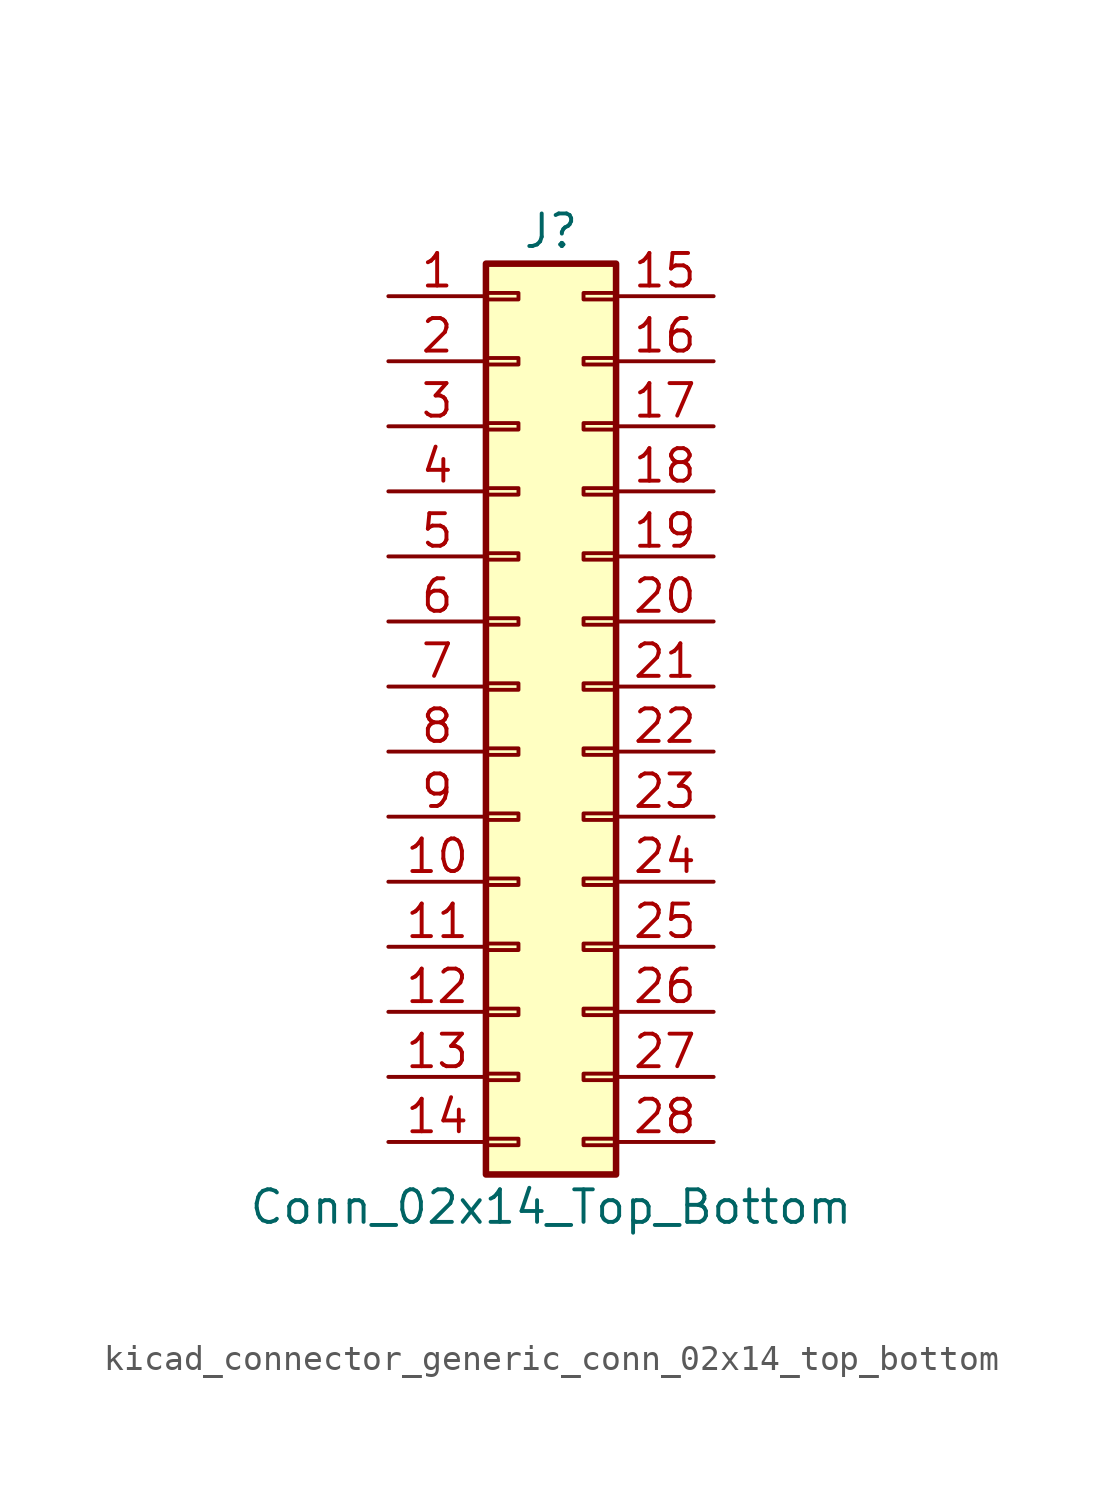
<source format=kicad_sym>
(kicad_symbol_lib
  (version 20220914)
  (generator kicad_symbol_editor)
  (symbol "kicad_connector_generic_conn_02x14_top_bottom"
    (pin_names
      (offset 1.016) hide)
    (property "Reference" "J"
      (at 1.27 17.78 0)
      (effects (font (size 1.27 1.27))))
    (property "Value" "Conn_02x14_Top_Bottom"
      (at 1.27 -20.32 0)
      (effects (font (size 1.27 1.27))))
    (symbol "kicad_connector_generic_conn_02x14_top_bottom_1_1"
      (rectangle (start -1.27 -17.653) (end 0 -17.907) (stroke (width 0.152) (type default)) (fill (type none)))
      (rectangle (start -1.27 -15.113) (end 0 -15.367) (stroke (width 0.152) (type default)) (fill (type none)))
      (rectangle (start -1.27 -12.573) (end 0 -12.827) (stroke (width 0.152) (type default)) (fill (type none)))
      (rectangle (start -1.27 -10.033) (end 0 -10.287) (stroke (width 0.152) (type default)) (fill (type none)))
      (rectangle (start -1.27 -7.493) (end 0 -7.747) (stroke (width 0.152) (type default)) (fill (type none)))
      (rectangle (start -1.27 -4.953) (end 0 -5.207) (stroke (width 0.152) (type default)) (fill (type none)))
      (rectangle (start -1.27 -2.413) (end 0 -2.667) (stroke (width 0.152) (type default)) (fill (type none)))
      (rectangle (start -1.27 0.127) (end 0 -0.127) (stroke (width 0.152) (type default)) (fill (type none)))
      (rectangle (start -1.27 2.667) (end 0 2.413) (stroke (width 0.152) (type default)) (fill (type none)))
      (rectangle (start -1.27 5.207) (end 0 4.953) (stroke (width 0.152) (type default)) (fill (type none)))
      (rectangle (start -1.27 7.747) (end 0 7.493) (stroke (width 0.152) (type default)) (fill (type none)))
      (rectangle (start -1.27 10.287) (end 0 10.033) (stroke (width 0.152) (type default)) (fill (type none)))
      (rectangle (start -1.27 12.827) (end 0 12.573) (stroke (width 0.152) (type default)) (fill (type none)))
      (rectangle (start -1.27 15.367) (end 0 15.113) (stroke (width 0.152) (type default)) (fill (type none)))
      (rectangle (start -1.27 16.51) (end 3.81 -19.05) (stroke (width 0.254) (type default)) (fill (type background)))
      (rectangle (start 3.81 -17.653) (end 2.54 -17.907) (stroke (width 0.152) (type default)) (fill (type none)))
      (rectangle (start 3.81 -15.113) (end 2.54 -15.367) (stroke (width 0.152) (type default)) (fill (type none)))
      (rectangle (start 3.81 -12.573) (end 2.54 -12.827) (stroke (width 0.152) (type default)) (fill (type none)))
      (rectangle (start 3.81 -10.033) (end 2.54 -10.287) (stroke (width 0.152) (type default)) (fill (type none)))
      (rectangle (start 3.81 -7.493) (end 2.54 -7.747) (stroke (width 0.152) (type default)) (fill (type none)))
      (rectangle (start 3.81 -4.953) (end 2.54 -5.207) (stroke (width 0.152) (type default)) (fill (type none)))
      (rectangle (start 3.81 -2.413) (end 2.54 -2.667) (stroke (width 0.152) (type default)) (fill (type none)))
      (rectangle (start 3.81 0.127) (end 2.54 -0.127) (stroke (width 0.152) (type default)) (fill (type none)))
      (rectangle (start 3.81 2.667) (end 2.54 2.413) (stroke (width 0.152) (type default)) (fill (type none)))
      (rectangle (start 3.81 5.207) (end 2.54 4.953) (stroke (width 0.152) (type default)) (fill (type none)))
      (rectangle (start 3.81 7.747) (end 2.54 7.493) (stroke (width 0.152) (type default)) (fill (type none)))
      (rectangle (start 3.81 10.287) (end 2.54 10.033) (stroke (width 0.152) (type default)) (fill (type none)))
      (rectangle (start 3.81 12.827) (end 2.54 12.573) (stroke (width 0.152) (type default)) (fill (type none)))
      (rectangle (start 3.81 15.367) (end 2.54 15.113) (stroke (width 0.152) (type default)) (fill (type none)))
      (pin passive line (at -5.08 15.24 0) (length 3.81) (name "Pin_1" (effects (font (size 1.27 1.27)))) (number "1" (effects (font (size 1.27 1.27)))))
      (pin passive line (at -5.08 -7.62 0) (length 3.81) (name "Pin_10" (effects (font (size 1.27 1.27)))) (number "10" (effects (font (size 1.27 1.27)))))
      (pin passive line (at -5.08 -10.16 0) (length 3.81) (name "Pin_11" (effects (font (size 1.27 1.27)))) (number "11" (effects (font (size 1.27 1.27)))))
      (pin passive line (at -5.08 -12.7 0) (length 3.81) (name "Pin_12" (effects (font (size 1.27 1.27)))) (number "12" (effects (font (size 1.27 1.27)))))
      (pin passive line (at -5.08 -15.24 0) (length 3.81) (name "Pin_13" (effects (font (size 1.27 1.27)))) (number "13" (effects (font (size 1.27 1.27)))))
      (pin passive line (at -5.08 -17.78 0) (length 3.81) (name "Pin_14" (effects (font (size 1.27 1.27)))) (number "14" (effects (font (size 1.27 1.27)))))
      (pin passive line (at 7.62 15.24 180) (length 3.81) (name "Pin_15" (effects (font (size 1.27 1.27)))) (number "15" (effects (font (size 1.27 1.27)))))
      (pin passive line (at 7.62 12.7 180) (length 3.81) (name "Pin_16" (effects (font (size 1.27 1.27)))) (number "16" (effects (font (size 1.27 1.27)))))
      (pin passive line (at 7.62 10.16 180) (length 3.81) (name "Pin_17" (effects (font (size 1.27 1.27)))) (number "17" (effects (font (size 1.27 1.27)))))
      (pin passive line (at 7.62 7.62 180) (length 3.81) (name "Pin_18" (effects (font (size 1.27 1.27)))) (number "18" (effects (font (size 1.27 1.27)))))
      (pin passive line (at 7.62 5.08 180) (length 3.81) (name "Pin_19" (effects (font (size 1.27 1.27)))) (number "19" (effects (font (size 1.27 1.27)))))
      (pin passive line (at -5.08 12.7 0) (length 3.81) (name "Pin_2" (effects (font (size 1.27 1.27)))) (number "2" (effects (font (size 1.27 1.27)))))
      (pin passive line (at 7.62 2.54 180) (length 3.81) (name "Pin_20" (effects (font (size 1.27 1.27)))) (number "20" (effects (font (size 1.27 1.27)))))
      (pin passive line (at 7.62 0 180) (length 3.81) (name "Pin_21" (effects (font (size 1.27 1.27)))) (number "21" (effects (font (size 1.27 1.27)))))
      (pin passive line (at 7.62 -2.54 180) (length 3.81) (name "Pin_22" (effects (font (size 1.27 1.27)))) (number "22" (effects (font (size 1.27 1.27)))))
      (pin passive line (at 7.62 -5.08 180) (length 3.81) (name "Pin_23" (effects (font (size 1.27 1.27)))) (number "23" (effects (font (size 1.27 1.27)))))
      (pin passive line (at 7.62 -7.62 180) (length 3.81) (name "Pin_24" (effects (font (size 1.27 1.27)))) (number "24" (effects (font (size 1.27 1.27)))))
      (pin passive line (at 7.62 -10.16 180) (length 3.81) (name "Pin_25" (effects (font (size 1.27 1.27)))) (number "25" (effects (font (size 1.27 1.27)))))
      (pin passive line (at 7.62 -12.7 180) (length 3.81) (name "Pin_26" (effects (font (size 1.27 1.27)))) (number "26" (effects (font (size 1.27 1.27)))))
      (pin passive line (at 7.62 -15.24 180) (length 3.81) (name "Pin_27" (effects (font (size 1.27 1.27)))) (number "27" (effects (font (size 1.27 1.27)))))
      (pin passive line (at 7.62 -17.78 180) (length 3.81) (name "Pin_28" (effects (font (size 1.27 1.27)))) (number "28" (effects (font (size 1.27 1.27)))))
      (pin passive line (at -5.08 10.16 0) (length 3.81) (name "Pin_3" (effects (font (size 1.27 1.27)))) (number "3" (effects (font (size 1.27 1.27)))))
      (pin passive line (at -5.08 7.62 0) (length 3.81) (name "Pin_4" (effects (font (size 1.27 1.27)))) (number "4" (effects (font (size 1.27 1.27)))))
      (pin passive line (at -5.08 5.08 0) (length 3.81) (name "Pin_5" (effects (font (size 1.27 1.27)))) (number "5" (effects (font (size 1.27 1.27)))))
      (pin passive line (at -5.08 2.54 0) (length 3.81) (name "Pin_6" (effects (font (size 1.27 1.27)))) (number "6" (effects (font (size 1.27 1.27)))))
      (pin passive line (at -5.08 0 0) (length 3.81) (name "Pin_7" (effects (font (size 1.27 1.27)))) (number "7" (effects (font (size 1.27 1.27)))))
      (pin passive line (at -5.08 -2.54 0) (length 3.81) (name "Pin_8" (effects (font (size 1.27 1.27)))) (number "8" (effects (font (size 1.27 1.27)))))
      (pin passive line (at -5.08 -5.08 0) (length 3.81) (name "Pin_9" (effects (font (size 1.27 1.27)))) (number "9" (effects (font (size 1.27 1.27))))))))
</source>
